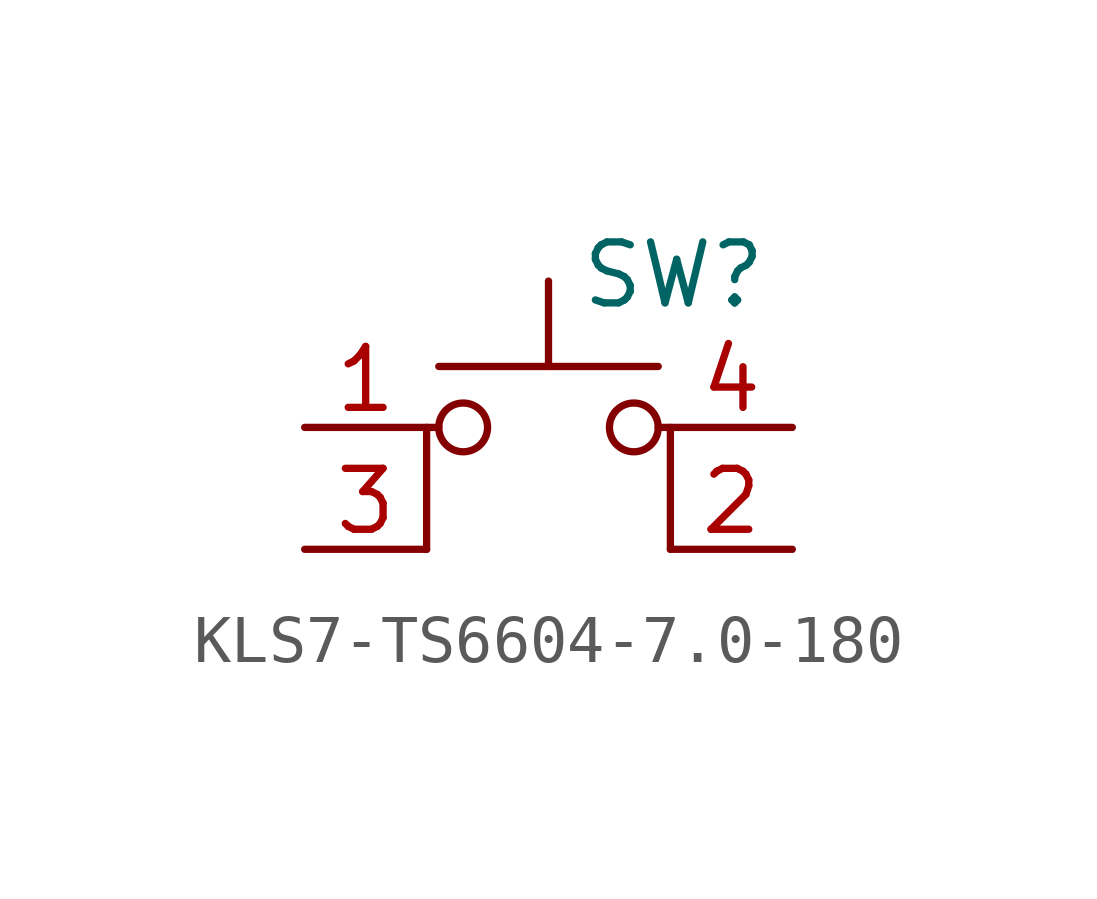
<source format=kicad_sym>
(kicad_symbol_lib
  (version 20211014)
  (generator kicad_symbol_editor)
  (symbol "KLS7-TS6604-7.0-180"
    (pin_names
      (offset 1.016) hide)
    (property "Reference" "SW"
      (at 0.635 5.715 0)
      (effects (font (size 1.27 1.27)) (justify left)))
    (symbol "KLS7-TS6604-7.0-180_0_1"
      (circle (center -1.778 2.54) (radius 0.508) (stroke (width 0) (type default) (color 0 0 0 0)) (fill (type none)))
      (polyline (pts (xy -2.286 3.81) (xy 2.286 3.81)) (stroke (width 0) (type default) (color 0 0 0 0)) (fill (type none)))
      (polyline (pts (xy 0 3.81) (xy 0 5.588)) (stroke (width 0) (type default) (color 0 0 0 0)) (fill (type none)))
      (polyline (pts (xy -2.54 0) (xy -2.54 2.54) (xy -2.286 2.54)) (stroke (width 0) (type default) (color 0 0 0 0)) (fill (type none)))
      (polyline (pts (xy 2.54 0) (xy 2.54 2.54) (xy 2.286 2.54)) (stroke (width 0) (type default) (color 0 0 0 0)) (fill (type none)))
      (circle (center 1.778 2.54) (radius 0.508) (stroke (width 0) (type default) (color 0 0 0 0)) (fill (type none)))
      (pin passive line (at -5.08 2.54 0) (length 2.54) (name "1" (effects (font (size 1.27 1.27)))) (number "1" (effects (font (size 1.27 1.27)))))
      (pin passive line (at 5.08 0 180) (length 2.54) (name "2" (effects (font (size 1.27 1.27)))) (number "2" (effects (font (size 1.27 1.27)))))
      (pin passive line (at -5.08 0 0) (length 2.54) (name "3" (effects (font (size 1.27 1.27)))) (number "3" (effects (font (size 1.27 1.27)))))
      (pin passive line (at 5.08 2.54 180) (length 2.54) (name "A" (effects (font (size 1.27 1.27)))) (number "4" (effects (font (size 1.27 1.27))))))))
</source>
